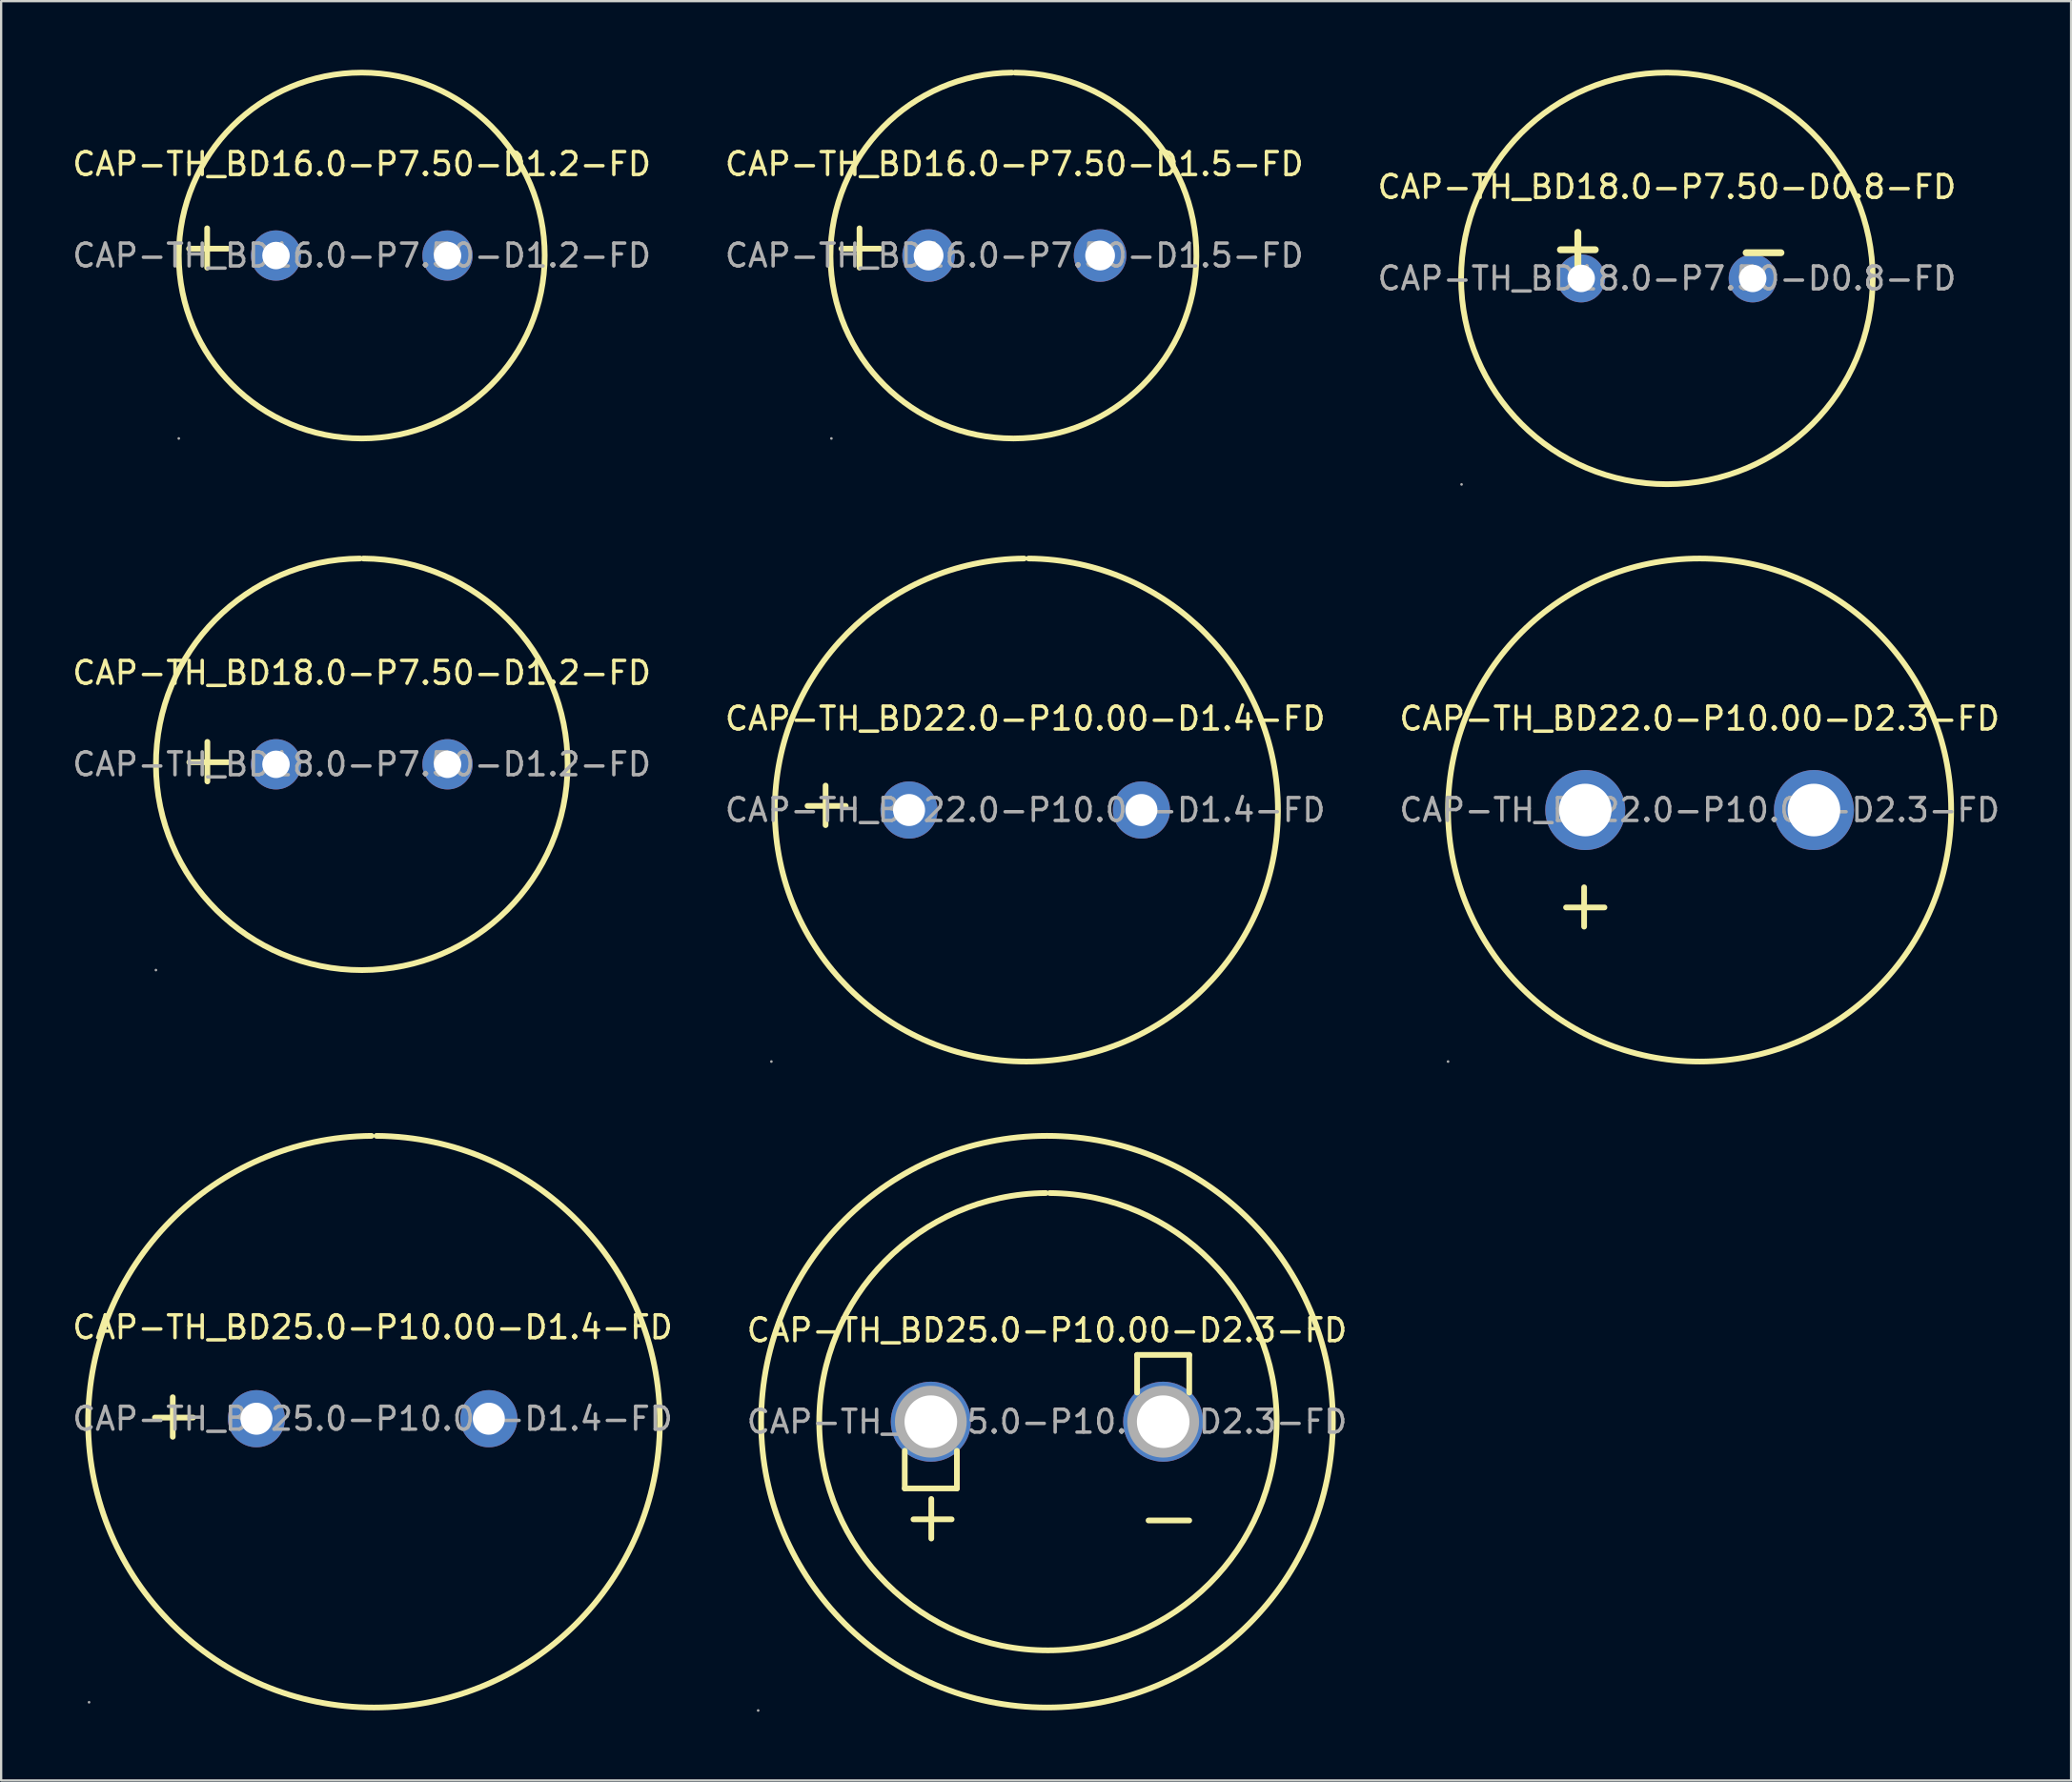
<source format=kicad_pcb>
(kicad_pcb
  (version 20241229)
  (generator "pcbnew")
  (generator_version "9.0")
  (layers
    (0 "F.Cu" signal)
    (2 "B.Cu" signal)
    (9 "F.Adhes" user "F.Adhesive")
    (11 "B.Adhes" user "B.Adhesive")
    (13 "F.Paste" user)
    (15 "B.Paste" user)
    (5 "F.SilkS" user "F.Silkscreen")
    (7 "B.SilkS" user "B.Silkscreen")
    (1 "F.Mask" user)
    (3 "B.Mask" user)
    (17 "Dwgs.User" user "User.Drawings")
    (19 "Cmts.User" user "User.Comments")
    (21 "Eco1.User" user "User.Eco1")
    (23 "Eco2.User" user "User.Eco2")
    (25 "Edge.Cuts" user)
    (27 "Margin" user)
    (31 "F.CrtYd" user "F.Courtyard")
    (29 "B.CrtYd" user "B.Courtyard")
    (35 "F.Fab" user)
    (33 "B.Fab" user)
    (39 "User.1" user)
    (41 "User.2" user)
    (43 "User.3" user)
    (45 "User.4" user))
  (footprint "CAP-TH_BD18.0-P7.50-D1.2-FD"
    (layer "F.Cu")
    (at 12.768 30.375)
    (property "Reference" "CAP-TH_BD18.0-P7.50-D1.2-FD" (at 0 -4 0) (layer "F.SilkS") (effects (font (size 1 1) (thickness 0.15))))
    (attr through_hole)
    (fp_line (start -6.75 0.75) (end -6.75 -0.98) (stroke (width 0.25) (type solid)) (layer "F.SilkS"))
    (fp_line (start -5.86 -0.09) (end -7.54 -0.09) (stroke (width 0.25) (type solid)) (layer "F.SilkS"))
    (fp_arc (start 0.07 -9) (mid 0.004614 9.000271) (end -0.079228 -8.999923) (stroke (width 0.25) (type solid)) (layer "F.SilkS"))
    (fp_circle (center -9 9) (end -8.97 9) (stroke (width 0.06) (type solid)) (fill no) (layer "F.Fab"))
    (fp_circle (center -3.75 0) (end -3.55 0) (stroke (width 0.4) (type solid)) (fill no) (layer "F.Fab"))
    (fp_circle (center 3.75 0) (end 3.95 0) (stroke (width 0.4) (type solid)) (fill no) (layer "F.Fab"))
    (fp_text user "${REFERENCE}" (at 0 0 0) (layer "F.Fab") (effects (font (size 1 1) (thickness 0.15))))
    (pad "1" thru_hole circle (at -3.75 0 90) (size 2.2 2.2) (drill 1.2) (layers "*.Cu" "*.Paste" "*.Mask"))
    (pad "2" thru_hole circle (at 3.75 0 90) (size 2.2 2.2) (drill 1.2) (layers "*.Cu" "*.Paste" "*.Mask")))
  (footprint "CAP-TH_BD16.0-P7.50-D1.2-FD"
    (layer "F.Cu")
    (at 12.768 8.125)
    (property "Reference" "CAP-TH_BD16.0-P7.50-D1.2-FD" (at 0 -4 0) (layer "F.SilkS") (effects (font (size 1 1) (thickness 0.15))))
    (attr through_hole)
    (fp_line (start -6.76 0.53) (end -6.76 -1.19) (stroke (width 0.25) (type solid)) (layer "F.SilkS"))
    (fp_line (start -5.87 -0.3) (end -7.55 -0.3) (stroke (width 0.25) (type solid)) (layer "F.SilkS"))
    (fp_circle (center 0 0) (end 8 0) (stroke (width 0.25) (type solid)) (fill no) (layer "F.SilkS"))
    (fp_circle (center -8 8) (end -7.97 8) (stroke (width 0.06) (type solid)) (fill no) (layer "F.Fab"))
    (fp_circle (center -3.75 0) (end -3.55 0) (stroke (width 0.4) (type solid)) (fill no) (layer "F.Fab"))
    (fp_circle (center 3.75 0) (end 3.95 0) (stroke (width 0.4) (type solid)) (fill no) (layer "F.Fab"))
    (fp_text user "${REFERENCE}" (at 0 0 0) (layer "F.Fab") (effects (font (size 1 1) (thickness 0.15))))
    (pad "1" thru_hole circle (at -3.75 0) (size 2.2 2.2) (drill 1.2) (layers "*.Cu" "*.Paste" "*.Mask"))
    (pad "2" thru_hole circle (at 3.75 0) (size 2.2 2.2) (drill 1.2) (layers "*.Cu" "*.Paste" "*.Mask")))
  (footprint "CAP-TH_BD22.0-P10.00-D1.4-FD"
    (layer "F.Cu")
    (at 41.78 32.375)
    (property "Reference" "CAP-TH_BD22.0-P10.00-D1.4-FD" (at 0 -4 0) (layer "F.SilkS") (effects (font (size 1 1) (thickness 0.15))))
    (attr through_hole)
    (fp_line (start -8.73 0.66) (end -8.73 -1.07) (stroke (width 0.25) (type solid)) (layer "F.SilkS"))
    (fp_line (start -7.85 -0.18) (end -9.52 -0.18) (stroke (width 0.25) (type solid)) (layer "F.SilkS"))
    (fp_arc (start 0.15 -11) (mid 0.049835 11.000455) (end -0.049671 -11.000003) (stroke (width 0.25) (type solid)) (layer "F.SilkS"))
    (fp_circle (center -11.1 11) (end -11.07 11) (stroke (width 0.06) (type solid)) (fill no) (layer "F.Fab"))
    (fp_circle (center -5.08 0) (end -4.78 0) (stroke (width 0.6) (type solid)) (fill no) (layer "F.Fab"))
    (fp_circle (center 5.08 0) (end 5.38 0) (stroke (width 0.6) (type solid)) (fill no) (layer "F.Fab"))
    (fp_text user "${REFERENCE}" (at 0 0 0) (layer "F.Fab") (effects (font (size 1 1) (thickness 0.15))))
    (pad "1" thru_hole circle (at -5.08 0 90) (size 2.5 2.5) (drill 1.4) (layers "*.Cu" "*.Paste" "*.Mask"))
    (pad "2" thru_hole circle (at 5.08 0 90) (size 2.5 2.5) (drill 1.4) (layers "*.Cu" "*.Paste" "*.Mask")))
  (footprint "CAP-TH_BD16.0-P7.50-D1.5-FD"
    (layer "F.Cu")
    (at 41.304 8.125)
    (property "Reference" "CAP-TH_BD16.0-P7.50-D1.5-FD" (at 0 -4 0) (layer "F.SilkS") (effects (font (size 1 1) (thickness 0.15))))
    (attr through_hole)
    (fp_line (start -6.77 0.53) (end -6.77 -1.19) (stroke (width 0.25) (type solid)) (layer "F.SilkS"))
    (fp_line (start -5.88 -0.3) (end -7.56 -0.3) (stroke (width 0.25) (type solid)) (layer "F.SilkS"))
    (fp_arc (start 0.03 -8) (mid -0.040185 8.000306) (end -0.10963 -8.000003) (stroke (width 0.25) (type solid)) (layer "F.SilkS"))
    (fp_circle (center -8 8) (end -7.97 8) (stroke (width 0.06) (type solid)) (fill no) (layer "F.Fab"))
    (fp_circle (center -3.75 0) (end -3.55 0) (stroke (width 0.4) (type solid)) (fill no) (layer "F.Fab"))
    (fp_circle (center 3.75 0) (end 3.95 0) (stroke (width 0.4) (type solid)) (fill no) (layer "F.Fab"))
    (fp_text user "${REFERENCE}" (at 0 0 0) (layer "F.Fab") (effects (font (size 1 1) (thickness 0.15))))
    (pad "1" thru_hole circle (at -3.75 0 90) (size 2.3 2.3) (drill 1.3) (layers "*.Cu" "*.Paste" "*.Mask"))
    (pad "2" thru_hole circle (at 3.75 0 90) (size 2.3 2.3) (drill 1.3) (layers "*.Cu" "*.Paste" "*.Mask")))
  (footprint "CAP-TH_BD18.0-P7.50-D0.8-FD"
    (layer "F.Cu")
    (at 69.839 9.125)
    (property "Reference" "CAP-TH_BD18.0-P7.50-D0.8-FD" (at 0 -4 0) (layer "F.SilkS") (effects (font (size 1 1) (thickness 0.15))))
    (attr through_hole)
    (fp_circle (center 0 0) (end 9 0) (stroke (width 0.25) (type solid)) (fill no) (layer "F.SilkS"))
    (fp_circle (center -8.98 9.01) (end -8.95 9.01) (stroke (width 0.06) (type solid)) (fill no) (layer "F.Fab"))
    (fp_circle (center -3.75 0) (end -3.55 0) (stroke (width 0.4) (type solid)) (fill no) (layer "F.Fab"))
    (fp_circle (center 3.75 0) (end 3.95 0) (stroke (width 0.4) (type solid)) (fill no) (layer "F.Fab"))
    (fp_text user "+" (at -5.33 -1.4 0) (layer "F.SilkS") (effects (font (size 2 2) (thickness 0.3)) (justify left)))
    (fp_text user "-" (at 2.79 -1.27 0) (layer "F.SilkS") (effects (font (size 2 2) (thickness 0.3)) (justify left)))
    (fp_text user "${REFERENCE}" (at 0 0 0) (layer "F.Fab") (effects (font (size 1 1) (thickness 0.15))))
    (pad "1" thru_hole circle (at -3.75 0 90) (size 2.1 2.1) (drill 1.2) (layers "*.Cu" "*.Paste" "*.Mask"))
    (pad "2" thru_hole circle (at 3.75 0 90) (size 2.1 2.1) (drill 1.2) (layers "*.Cu" "*.Paste" "*.Mask")))
  (footprint "CAP-TH_BD25.0-P10.00-D1.4-FD"
    (layer "F.Cu")
    (at 13.244 58.995)
    (property "Reference" "CAP-TH_BD25.0-P10.00-D1.4-FD" (at 0 -4 0) (layer "F.SilkS") (effects (font (size 1 1) (thickness 0.15))))
    (attr through_hole)
    (fp_line (start -8.74 0.79) (end -8.74 -0.94) (stroke (width 0.25) (type solid)) (layer "F.SilkS"))
    (fp_line (start -7.85 -0.05) (end -9.52 -0.05) (stroke (width 0.25) (type solid)) (layer "F.SilkS"))
    (fp_arc (start 0.17 -12.37) (mid 0.060177 12.630484) (end -0.050353 -12.369997) (stroke (width 0.25) (type solid)) (layer "F.SilkS"))
    (fp_circle (center -12.4 12.4) (end -12.37 12.4) (stroke (width 0.06) (type solid)) (fill no) (layer "F.Fab"))
    (fp_circle (center -5.08 0) (end -4.83 0) (stroke (width 0.5) (type solid)) (fill no) (layer "F.Fab"))
    (fp_circle (center 5.08 0) (end 5.33 0) (stroke (width 0.5) (type solid)) (fill no) (layer "F.Fab"))
    (fp_text user "${REFERENCE}" (at 0 0 0) (layer "F.Fab") (effects (font (size 1 1) (thickness 0.15))))
    (pad "1" thru_hole circle (at -5.08 0 90) (size 2.5 2.5) (drill 1.4) (layers "*.Cu" "*.Paste" "*.Mask"))
    (pad "2" thru_hole circle (at 5.08 0 90) (size 2.5 2.5) (drill 1.4) (layers "*.Cu" "*.Paste" "*.Mask")))
  (footprint "CAP-TH_BD25.0-P10.00-D2.3-FD"
    (layer "F.Cu")
    (at 42.732 59.125)
    (property "Reference" "CAP-TH_BD25.0-P10.00-D2.3-FD" (at 0 -4 0) (layer "F.SilkS") (effects (font (size 1 1) (thickness 0.15))))
    (attr through_hole)
    (fp_line (start -6.22 1.27) (end -6.22 2.92) (stroke (width 0.25) (type solid)) (layer "F.SilkS"))
    (fp_line (start -6.22 2.92) (end -3.94 2.92) (stroke (width 0.25) (type solid)) (layer "F.SilkS"))
    (fp_line (start -5.06 5.11) (end -5.06 3.38) (stroke (width 0.25) (type solid)) (layer "F.SilkS"))
    (fp_line (start -4.17 4.27) (end -5.84 4.27) (stroke (width 0.25) (type solid)) (layer "F.SilkS"))
    (fp_line (start -3.94 2.92) (end -3.94 1.27) (stroke (width 0.25) (type solid)) (layer "F.SilkS"))
    (fp_line (start 3.94 -2.92) (end 3.94 -1.27) (stroke (width 0.25) (type solid)) (layer "F.SilkS"))
    (fp_line (start 6.22 -2.92) (end 3.94 -2.92) (stroke (width 0.25) (type solid)) (layer "F.SilkS"))
    (fp_line (start 6.22 -1.27) (end 6.22 -2.92) (stroke (width 0.25) (type solid)) (layer "F.SilkS"))
    (fp_line (start 6.22 4.32) (end 4.44 4.32) (stroke (width 0.25) (type solid)) (layer "F.SilkS"))
    (fp_arc (start 0.12 -10) (mid 0.04465 10.000319) (end -0.0493 -9.999921) (stroke (width 0.25) (type solid)) (layer "F.SilkS"))
    (fp_circle (center 0 0) (end 12.5 0) (stroke (width 0.25) (type solid)) (fill no) (layer "F.SilkS"))
    (fp_circle (center -12.63 12.63) (end -12.6 12.63) (stroke (width 0.06) (type solid)) (fill no) (layer "F.Fab"))
    (fp_circle (center -5.08 0) (end -4.56 0) (stroke (width 1.05) (type solid)) (fill no) (layer "F.Fab"))
    (fp_circle (center 5.08 0) (end 5.6 0) (stroke (width 1.05) (type solid)) (fill no) (layer "F.Fab"))
    (fp_text user "${REFERENCE}" (at 0 0 0) (layer "F.Fab") (effects (font (size 1 1) (thickness 0.15))))
    (pad "1" thru_hole circle (at -5.08 0 90) (size 3.5 3.5) (drill 2.3) (layers "*.Cu" "*.Paste" "*.Mask"))
    (pad "2" thru_hole circle (at 5.08 0 90) (size 3.5 3.5) (drill 2.3) (layers "*.Cu" "*.Paste" "*.Mask")))
  (footprint "CAP-TH_BD22.0-P10.00-D2.3-FD"
    (layer "F.Cu")
    (at 71.268 32.375)
    (property "Reference" "CAP-TH_BD22.0-P10.00-D2.3-FD" (at 0 -4 0) (layer "F.SilkS") (effects (font (size 1 1) (thickness 0.15))))
    (attr through_hole)
    (fp_line (start -5.05 5.1) (end -5.05 3.38) (stroke (width 0.25) (type solid)) (layer "F.SilkS"))
    (fp_line (start -4.16 4.26) (end -5.84 4.26) (stroke (width 0.25) (type solid)) (layer "F.SilkS"))
    (fp_circle (center 0 0) (end 11 0) (stroke (width 0.25) (type solid)) (fill no) (layer "F.SilkS"))
    (fp_circle (center -11 11) (end -10.97 11) (stroke (width 0.06) (type solid)) (fill no) (layer "F.Fab"))
    (fp_circle (center -5 0) (end -4.55 0) (stroke (width 0.9) (type solid)) (fill no) (layer "F.Fab"))
    (fp_circle (center 5 0) (end 5.45 0) (stroke (width 0.9) (type solid)) (fill no) (layer "F.Fab"))
    (fp_text user "${REFERENCE}" (at 0 0 0) (layer "F.Fab") (effects (font (size 1 1) (thickness 0.15))))
    (pad "1" thru_hole circle (at -5 0) (size 3.5 3.5) (drill 2.3) (layers "*.Cu" "*.Paste" "*.Mask"))
    (pad "2" thru_hole circle (at 5 0) (size 3.5 3.5) (drill 2.3) (layers "*.Cu" "*.Paste" "*.Mask")))
  (gr_rect
    (start -3 -3)
    (end 87.512 74.815)
    (stroke (width 0.1) (type default))
    (fill no)
    (layer "Edge.Cuts")))
</source>
